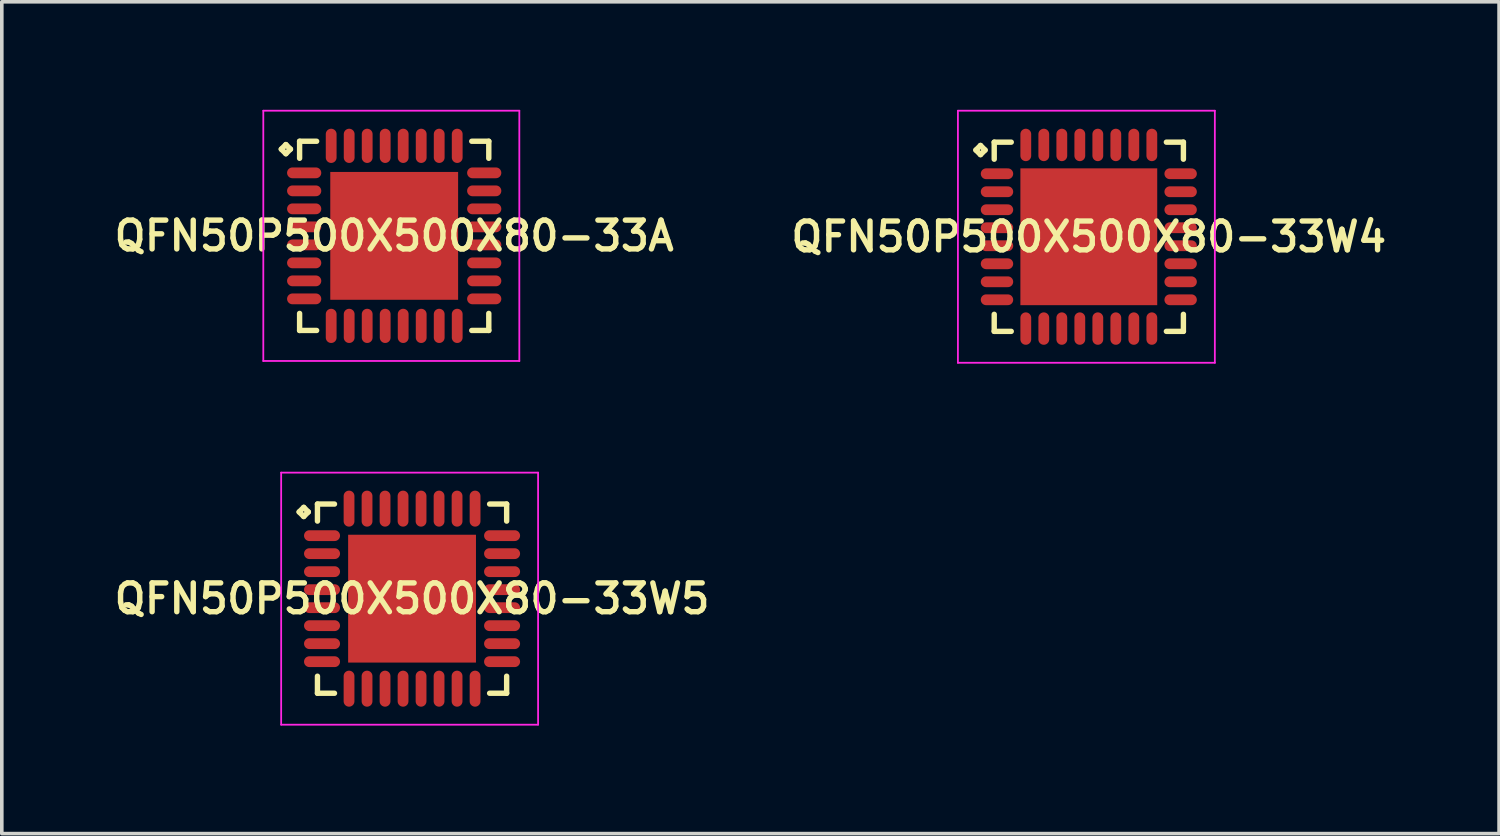
<source format=kicad_pcb>
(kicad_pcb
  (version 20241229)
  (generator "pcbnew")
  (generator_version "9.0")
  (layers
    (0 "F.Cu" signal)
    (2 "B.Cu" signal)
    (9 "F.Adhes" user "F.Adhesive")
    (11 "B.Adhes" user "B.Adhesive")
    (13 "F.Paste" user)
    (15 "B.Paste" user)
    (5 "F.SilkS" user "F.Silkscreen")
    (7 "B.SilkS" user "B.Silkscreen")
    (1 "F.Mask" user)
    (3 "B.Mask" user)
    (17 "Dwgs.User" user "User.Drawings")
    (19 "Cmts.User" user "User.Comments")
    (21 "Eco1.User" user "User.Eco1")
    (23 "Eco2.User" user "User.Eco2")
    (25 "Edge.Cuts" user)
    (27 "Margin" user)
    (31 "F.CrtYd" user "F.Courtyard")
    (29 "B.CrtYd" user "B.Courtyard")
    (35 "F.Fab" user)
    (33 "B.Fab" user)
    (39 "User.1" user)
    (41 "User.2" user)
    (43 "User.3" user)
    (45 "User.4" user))
  (footprint "QFN50P500X500X80-33A"
    (layer "F.Cu")
    (at 7.897 3.5)
    (property "Reference" "QFN50P500X500X80-33A" (at 0 0 0) (layer "F.SilkS") (effects (font (size 0.8 0.8) (thickness 0.15))))
    (attr smd)
    (fp_line (start -3.135 -2.408) (end -3.008 -2.535) (stroke (width 0.15) (type solid)) (layer "F.SilkS"))
    (fp_line (start -3.008 -2.535) (end -2.881 -2.408) (stroke (width 0.15) (type solid)) (layer "F.SilkS"))
    (fp_line (start -3.008 -2.281) (end -3.135 -2.408) (stroke (width 0.15) (type solid)) (layer "F.SilkS"))
    (fp_line (start -2.881 -2.408) (end -3.008 -2.281) (stroke (width 0.15) (type solid)) (layer "F.SilkS"))
    (fp_line (start -2.627 -2.627) (end -2.154 -2.627) (stroke (width 0.15) (type solid)) (layer "F.SilkS"))
    (fp_line (start -2.627 -2.154) (end -2.627 -2.627) (stroke (width 0.15) (type solid)) (layer "F.SilkS"))
    (fp_line (start -2.627 2.154) (end -2.627 2.627) (stroke (width 0.15) (type solid)) (layer "F.SilkS"))
    (fp_line (start -2.627 2.627) (end -2.154 2.627) (stroke (width 0.15) (type solid)) (layer "F.SilkS"))
    (fp_line (start 2.154 -2.627) (end 2.627 -2.627) (stroke (width 0.15) (type solid)) (layer "F.SilkS"))
    (fp_line (start 2.154 2.627) (end 2.627 2.627) (stroke (width 0.15) (type solid)) (layer "F.SilkS"))
    (fp_line (start 2.627 -2.627) (end 2.627 -2.154) (stroke (width 0.15) (type solid)) (layer "F.SilkS"))
    (fp_line (start 2.627 2.627) (end 2.627 2.154) (stroke (width 0.15) (type solid)) (layer "F.SilkS"))
    (fp_line (start -3.635 -3.475) (end 3.475 -3.475) (stroke (width 0.05) (type solid)) (layer "F.CrtYd"))
    (fp_line (start -3.635 3.475) (end -3.635 -3.475) (stroke (width 0.05) (type solid)) (layer "F.CrtYd"))
    (fp_line (start 3.475 -3.475) (end 3.475 3.475) (stroke (width 0.05) (type solid)) (layer "F.CrtYd"))
    (fp_line (start 3.475 3.475) (end -3.635 3.475) (stroke (width 0.05) (type solid)) (layer "F.CrtYd"))
    (pad "1" smd oval (at -2.5 -1.75) (size 0.95 0.3) (layers "F.Cu" "F.Mask" "F.Paste"))
    (pad "2" smd oval (at -2.5 -1.25) (size 0.95 0.3) (layers "F.Cu" "F.Mask" "F.Paste"))
    (pad "3" smd oval (at -2.5 -0.75) (size 0.95 0.3) (layers "F.Cu" "F.Mask" "F.Paste"))
    (pad "4" smd oval (at -2.5 -0.25) (size 0.95 0.3) (layers "F.Cu" "F.Mask" "F.Paste"))
    (pad "5" smd oval (at -2.5 0.25) (size 0.95 0.3) (layers "F.Cu" "F.Mask" "F.Paste"))
    (pad "6" smd oval (at -2.5 0.75) (size 0.95 0.3) (layers "F.Cu" "F.Mask" "F.Paste"))
    (pad "7" smd oval (at -2.5 1.25) (size 0.95 0.3) (layers "F.Cu" "F.Mask" "F.Paste"))
    (pad "8" smd oval (at -2.5 1.75) (size 0.95 0.3) (layers "F.Cu" "F.Mask" "F.Paste"))
    (pad "9" smd oval (at -1.75 2.5) (size 0.3 0.95) (layers "F.Cu" "F.Mask" "F.Paste"))
    (pad "10" smd oval (at -1.25 2.5) (size 0.3 0.95) (layers "F.Cu" "F.Mask" "F.Paste"))
    (pad "11" smd oval (at -0.75 2.5) (size 0.3 0.95) (layers "F.Cu" "F.Mask" "F.Paste"))
    (pad "12" smd oval (at -0.25 2.5) (size 0.3 0.95) (layers "F.Cu" "F.Mask" "F.Paste"))
    (pad "13" smd oval (at 0.25 2.5) (size 0.3 0.95) (layers "F.Cu" "F.Mask" "F.Paste"))
    (pad "14" smd oval (at 0.75 2.5) (size 0.3 0.95) (layers "F.Cu" "F.Mask" "F.Paste"))
    (pad "15" smd oval (at 1.25 2.5) (size 0.3 0.95) (layers "F.Cu" "F.Mask" "F.Paste"))
    (pad "16" smd oval (at 1.75 2.5) (size 0.3 0.95) (layers "F.Cu" "F.Mask" "F.Paste"))
    (pad "17" smd oval (at 2.5 1.75) (size 0.95 0.3) (layers "F.Cu" "F.Mask" "F.Paste"))
    (pad "18" smd oval (at 2.5 1.25) (size 0.95 0.3) (layers "F.Cu" "F.Mask" "F.Paste"))
    (pad "19" smd oval (at 2.5 0.75) (size 0.95 0.3) (layers "F.Cu" "F.Mask" "F.Paste"))
    (pad "20" smd oval (at 2.5 0.25) (size 0.95 0.3) (layers "F.Cu" "F.Mask" "F.Paste"))
    (pad "21" smd oval (at 2.5 -0.25) (size 0.95 0.3) (layers "F.Cu" "F.Mask" "F.Paste"))
    (pad "22" smd oval (at 2.5 -0.75) (size 0.95 0.3) (layers "F.Cu" "F.Mask" "F.Paste"))
    (pad "23" smd oval (at 2.5 -1.25) (size 0.95 0.3) (layers "F.Cu" "F.Mask" "F.Paste"))
    (pad "24" smd oval (at 2.5 -1.75) (size 0.95 0.3) (layers "F.Cu" "F.Mask" "F.Paste"))
    (pad "25" smd oval (at 1.75 -2.5) (size 0.3 0.95) (layers "F.Cu" "F.Mask" "F.Paste"))
    (pad "26" smd oval (at 1.25 -2.5) (size 0.3 0.95) (layers "F.Cu" "F.Mask" "F.Paste"))
    (pad "27" smd oval (at 0.75 -2.5) (size 0.3 0.95) (layers "F.Cu" "F.Mask" "F.Paste"))
    (pad "28" smd oval (at 0.25 -2.5) (size 0.3 0.95) (layers "F.Cu" "F.Mask" "F.Paste"))
    (pad "29" smd oval (at -0.25 -2.5) (size 0.3 0.95) (layers "F.Cu" "F.Mask" "F.Paste"))
    (pad "30" smd oval (at -0.75 -2.5) (size 0.3 0.95) (layers "F.Cu" "F.Mask" "F.Paste"))
    (pad "31" smd oval (at -1.25 -2.5) (size 0.3 0.95) (layers "F.Cu" "F.Mask" "F.Paste"))
    (pad "32" smd oval (at -1.75 -2.5) (size 0.3 0.95) (layers "F.Cu" "F.Mask" "F.Paste"))
    (pad "33" smd rect (at 0 0) (size 3.55 3.55) (layers "F.Cu" "F.Mask" "F.Paste")))
  (footprint "QFN50P500X500X80-33W5"
    (layer "F.Cu")
    (at 8.393 13.575)
    (property "Reference" "QFN50P500X500X80-33W5" (at 0 0 0) (layer "F.SilkS") (effects (font (size 0.8 0.8) (thickness 0.15))))
    (attr smd)
    (fp_line (start -3.135 -2.408) (end -3.008 -2.535) (stroke (width 0.15) (type solid)) (layer "F.SilkS"))
    (fp_line (start -3.008 -2.535) (end -2.881 -2.408) (stroke (width 0.15) (type solid)) (layer "F.SilkS"))
    (fp_line (start -3.008 -2.281) (end -3.135 -2.408) (stroke (width 0.15) (type solid)) (layer "F.SilkS"))
    (fp_line (start -2.881 -2.408) (end -3.008 -2.281) (stroke (width 0.15) (type solid)) (layer "F.SilkS"))
    (fp_line (start -2.627 -2.627) (end -2.154 -2.627) (stroke (width 0.15) (type solid)) (layer "F.SilkS"))
    (fp_line (start -2.627 -2.154) (end -2.627 -2.627) (stroke (width 0.15) (type solid)) (layer "F.SilkS"))
    (fp_line (start -2.627 2.154) (end -2.627 2.627) (stroke (width 0.15) (type solid)) (layer "F.SilkS"))
    (fp_line (start -2.627 2.627) (end -2.154 2.627) (stroke (width 0.15) (type solid)) (layer "F.SilkS"))
    (fp_line (start 2.154 -2.627) (end 2.627 -2.627) (stroke (width 0.15) (type solid)) (layer "F.SilkS"))
    (fp_line (start 2.154 2.627) (end 2.627 2.627) (stroke (width 0.15) (type solid)) (layer "F.SilkS"))
    (fp_line (start 2.627 -2.627) (end 2.627 -2.154) (stroke (width 0.15) (type solid)) (layer "F.SilkS"))
    (fp_line (start 2.627 2.627) (end 2.627 2.154) (stroke (width 0.15) (type solid)) (layer "F.SilkS"))
    (fp_line (start -3.635 -3.5) (end 3.5 -3.5) (stroke (width 0.05) (type solid)) (layer "F.CrtYd"))
    (fp_line (start -3.635 3.5) (end -3.635 -3.5) (stroke (width 0.05) (type solid)) (layer "F.CrtYd"))
    (fp_line (start 3.5 -3.5) (end 3.5 3.5) (stroke (width 0.05) (type solid)) (layer "F.CrtYd"))
    (fp_line (start 3.5 3.5) (end -3.635 3.5) (stroke (width 0.05) (type solid)) (layer "F.CrtYd"))
    (pad "1" smd oval (at -2.5 -1.75) (size 1 0.3) (layers "F.Cu" "F.Mask" "F.Paste"))
    (pad "2" smd oval (at -2.5 -1.25) (size 1 0.3) (layers "F.Cu" "F.Mask" "F.Paste"))
    (pad "3" smd oval (at -2.5 -0.75) (size 1 0.3) (layers "F.Cu" "F.Mask" "F.Paste"))
    (pad "4" smd oval (at -2.5 -0.25) (size 1 0.3) (layers "F.Cu" "F.Mask" "F.Paste"))
    (pad "5" smd oval (at -2.5 0.25) (size 1 0.3) (layers "F.Cu" "F.Mask" "F.Paste"))
    (pad "6" smd oval (at -2.5 0.75) (size 1 0.3) (layers "F.Cu" "F.Mask" "F.Paste"))
    (pad "7" smd oval (at -2.5 1.25) (size 1 0.3) (layers "F.Cu" "F.Mask" "F.Paste"))
    (pad "8" smd oval (at -2.5 1.75) (size 1 0.3) (layers "F.Cu" "F.Mask" "F.Paste"))
    (pad "9" smd oval (at -1.75 2.5) (size 0.3 1) (layers "F.Cu" "F.Mask" "F.Paste"))
    (pad "10" smd oval (at -1.25 2.5) (size 0.3 1) (layers "F.Cu" "F.Mask" "F.Paste"))
    (pad "11" smd oval (at -0.75 2.5) (size 0.3 1) (layers "F.Cu" "F.Mask" "F.Paste"))
    (pad "12" smd oval (at -0.25 2.5) (size 0.3 1) (layers "F.Cu" "F.Mask" "F.Paste"))
    (pad "13" smd oval (at 0.25 2.5) (size 0.3 1) (layers "F.Cu" "F.Mask" "F.Paste"))
    (pad "14" smd oval (at 0.75 2.5) (size 0.3 1) (layers "F.Cu" "F.Mask" "F.Paste"))
    (pad "15" smd oval (at 1.25 2.5) (size 0.3 1) (layers "F.Cu" "F.Mask" "F.Paste"))
    (pad "16" smd oval (at 1.75 2.5) (size 0.3 1) (layers "F.Cu" "F.Mask" "F.Paste"))
    (pad "17" smd oval (at 2.5 1.75) (size 1 0.3) (layers "F.Cu" "F.Mask" "F.Paste"))
    (pad "18" smd oval (at 2.5 1.25) (size 1 0.3) (layers "F.Cu" "F.Mask" "F.Paste"))
    (pad "19" smd oval (at 2.5 0.75) (size 1 0.3) (layers "F.Cu" "F.Mask" "F.Paste"))
    (pad "20" smd oval (at 2.5 0.25) (size 1 0.3) (layers "F.Cu" "F.Mask" "F.Paste"))
    (pad "21" smd oval (at 2.5 -0.25) (size 1 0.3) (layers "F.Cu" "F.Mask" "F.Paste"))
    (pad "22" smd oval (at 2.5 -0.75) (size 1 0.3) (layers "F.Cu" "F.Mask" "F.Paste"))
    (pad "23" smd oval (at 2.5 -1.25) (size 1 0.3) (layers "F.Cu" "F.Mask" "F.Paste"))
    (pad "24" smd oval (at 2.5 -1.75) (size 1 0.3) (layers "F.Cu" "F.Mask" "F.Paste"))
    (pad "25" smd oval (at 1.75 -2.5) (size 0.3 1) (layers "F.Cu" "F.Mask" "F.Paste"))
    (pad "26" smd oval (at 1.25 -2.5) (size 0.3 1) (layers "F.Cu" "F.Mask" "F.Paste"))
    (pad "27" smd oval (at 0.75 -2.5) (size 0.3 1) (layers "F.Cu" "F.Mask" "F.Paste"))
    (pad "28" smd oval (at 0.25 -2.5) (size 0.3 1) (layers "F.Cu" "F.Mask" "F.Paste"))
    (pad "29" smd oval (at -0.25 -2.5) (size 0.3 1) (layers "F.Cu" "F.Mask" "F.Paste"))
    (pad "30" smd oval (at -0.75 -2.5) (size 0.3 1) (layers "F.Cu" "F.Mask" "F.Paste"))
    (pad "31" smd oval (at -1.25 -2.5) (size 0.3 1) (layers "F.Cu" "F.Mask" "F.Paste"))
    (pad "32" smd oval (at -1.75 -2.5) (size 0.3 1) (layers "F.Cu" "F.Mask" "F.Paste"))
    (pad "33" smd rect (at 0 0) (size 3.55 3.55) (layers "F.Cu" "F.Mask" "F.Paste")))
  (footprint "QFN50P500X500X80-33W4"
    (layer "F.Cu")
    (at 27.187 3.525)
    (property "Reference" "QFN50P500X500X80-33W4" (at 0 0 0) (layer "F.SilkS") (effects (font (size 0.8 0.8) (thickness 0.15))))
    (attr smd)
    (fp_line (start -3.135 -2.408) (end -3.008 -2.535) (stroke (width 0.15) (type solid)) (layer "F.SilkS"))
    (fp_line (start -3.008 -2.535) (end -2.881 -2.408) (stroke (width 0.15) (type solid)) (layer "F.SilkS"))
    (fp_line (start -3.008 -2.281) (end -3.135 -2.408) (stroke (width 0.15) (type solid)) (layer "F.SilkS"))
    (fp_line (start -2.881 -2.408) (end -3.008 -2.281) (stroke (width 0.15) (type solid)) (layer "F.SilkS"))
    (fp_line (start -2.627 -2.627) (end -2.154 -2.627) (stroke (width 0.15) (type solid)) (layer "F.SilkS"))
    (fp_line (start -2.627 -2.154) (end -2.627 -2.627) (stroke (width 0.15) (type solid)) (layer "F.SilkS"))
    (fp_line (start -2.627 2.154) (end -2.627 2.627) (stroke (width 0.15) (type solid)) (layer "F.SilkS"))
    (fp_line (start -2.627 2.627) (end -2.154 2.627) (stroke (width 0.15) (type solid)) (layer "F.SilkS"))
    (fp_line (start 2.154 -2.627) (end 2.627 -2.627) (stroke (width 0.15) (type solid)) (layer "F.SilkS"))
    (fp_line (start 2.154 2.627) (end 2.627 2.627) (stroke (width 0.15) (type solid)) (layer "F.SilkS"))
    (fp_line (start 2.627 -2.627) (end 2.627 -2.154) (stroke (width 0.15) (type solid)) (layer "F.SilkS"))
    (fp_line (start 2.627 2.627) (end 2.627 2.154) (stroke (width 0.15) (type solid)) (layer "F.SilkS"))
    (fp_line (start -3.635 -3.5) (end 3.5 -3.5) (stroke (width 0.05) (type solid)) (layer "F.CrtYd"))
    (fp_line (start -3.635 3.5) (end -3.635 -3.5) (stroke (width 0.05) (type solid)) (layer "F.CrtYd"))
    (fp_line (start 3.5 -3.5) (end 3.5 3.5) (stroke (width 0.05) (type solid)) (layer "F.CrtYd"))
    (fp_line (start 3.5 3.5) (end -3.635 3.5) (stroke (width 0.05) (type solid)) (layer "F.CrtYd"))
    (pad "1" smd oval (at -2.55 -1.75) (size 0.9 0.3) (layers "F.Cu" "F.Mask" "F.Paste"))
    (pad "2" smd oval (at -2.55 -1.25) (size 0.9 0.3) (layers "F.Cu" "F.Mask" "F.Paste"))
    (pad "3" smd oval (at -2.55 -0.75) (size 0.9 0.3) (layers "F.Cu" "F.Mask" "F.Paste"))
    (pad "4" smd oval (at -2.55 -0.25) (size 0.9 0.3) (layers "F.Cu" "F.Mask" "F.Paste"))
    (pad "5" smd oval (at -2.55 0.25) (size 0.9 0.3) (layers "F.Cu" "F.Mask" "F.Paste"))
    (pad "6" smd oval (at -2.55 0.75) (size 0.9 0.3) (layers "F.Cu" "F.Mask" "F.Paste"))
    (pad "7" smd oval (at -2.55 1.25) (size 0.9 0.3) (layers "F.Cu" "F.Mask" "F.Paste"))
    (pad "8" smd oval (at -2.55 1.75) (size 0.9 0.3) (layers "F.Cu" "F.Mask" "F.Paste"))
    (pad "9" smd oval (at -1.75 2.55) (size 0.3 0.9) (layers "F.Cu" "F.Mask" "F.Paste"))
    (pad "10" smd oval (at -1.25 2.55) (size 0.3 0.9) (layers "F.Cu" "F.Mask" "F.Paste"))
    (pad "11" smd oval (at -0.75 2.55) (size 0.3 0.9) (layers "F.Cu" "F.Mask" "F.Paste"))
    (pad "12" smd oval (at -0.25 2.55) (size 0.3 0.9) (layers "F.Cu" "F.Mask" "F.Paste"))
    (pad "13" smd oval (at 0.25 2.55) (size 0.3 0.9) (layers "F.Cu" "F.Mask" "F.Paste"))
    (pad "14" smd oval (at 0.75 2.55) (size 0.3 0.9) (layers "F.Cu" "F.Mask" "F.Paste"))
    (pad "15" smd oval (at 1.25 2.55) (size 0.3 0.9) (layers "F.Cu" "F.Mask" "F.Paste"))
    (pad "16" smd oval (at 1.75 2.55) (size 0.3 0.9) (layers "F.Cu" "F.Mask" "F.Paste"))
    (pad "17" smd oval (at 2.55 1.75) (size 0.9 0.3) (layers "F.Cu" "F.Mask" "F.Paste"))
    (pad "18" smd oval (at 2.55 1.25) (size 0.9 0.3) (layers "F.Cu" "F.Mask" "F.Paste"))
    (pad "19" smd oval (at 2.55 0.75) (size 0.9 0.3) (layers "F.Cu" "F.Mask" "F.Paste"))
    (pad "20" smd oval (at 2.55 0.25) (size 0.9 0.3) (layers "F.Cu" "F.Mask" "F.Paste"))
    (pad "21" smd oval (at 2.55 -0.25) (size 0.9 0.3) (layers "F.Cu" "F.Mask" "F.Paste"))
    (pad "22" smd oval (at 2.55 -0.75) (size 0.9 0.3) (layers "F.Cu" "F.Mask" "F.Paste"))
    (pad "23" smd oval (at 2.55 -1.25) (size 0.9 0.3) (layers "F.Cu" "F.Mask" "F.Paste"))
    (pad "24" smd oval (at 2.55 -1.75) (size 0.9 0.3) (layers "F.Cu" "F.Mask" "F.Paste"))
    (pad "25" smd oval (at 1.75 -2.55) (size 0.3 0.9) (layers "F.Cu" "F.Mask" "F.Paste"))
    (pad "26" smd oval (at 1.25 -2.55) (size 0.3 0.9) (layers "F.Cu" "F.Mask" "F.Paste"))
    (pad "27" smd oval (at 0.75 -2.55) (size 0.3 0.9) (layers "F.Cu" "F.Mask" "F.Paste"))
    (pad "28" smd oval (at 0.25 -2.55) (size 0.3 0.9) (layers "F.Cu" "F.Mask" "F.Paste"))
    (pad "29" smd oval (at -0.25 -2.55) (size 0.3 0.9) (layers "F.Cu" "F.Mask" "F.Paste"))
    (pad "30" smd oval (at -0.75 -2.55) (size 0.3 0.9) (layers "F.Cu" "F.Mask" "F.Paste"))
    (pad "31" smd oval (at -1.25 -2.55) (size 0.3 0.9) (layers "F.Cu" "F.Mask" "F.Paste"))
    (pad "32" smd oval (at -1.75 -2.55) (size 0.3 0.9) (layers "F.Cu" "F.Mask" "F.Paste"))
    (pad "33" smd rect (at 0 0) (size 3.8 3.8) (layers "F.Cu" "F.Mask" "F.Paste")))
  (gr_rect
    (start -3 -3)
    (end 38.58 20.1)
    (stroke (width 0.1) (type default))
    (fill no)
    (layer "Edge.Cuts")))
</source>
